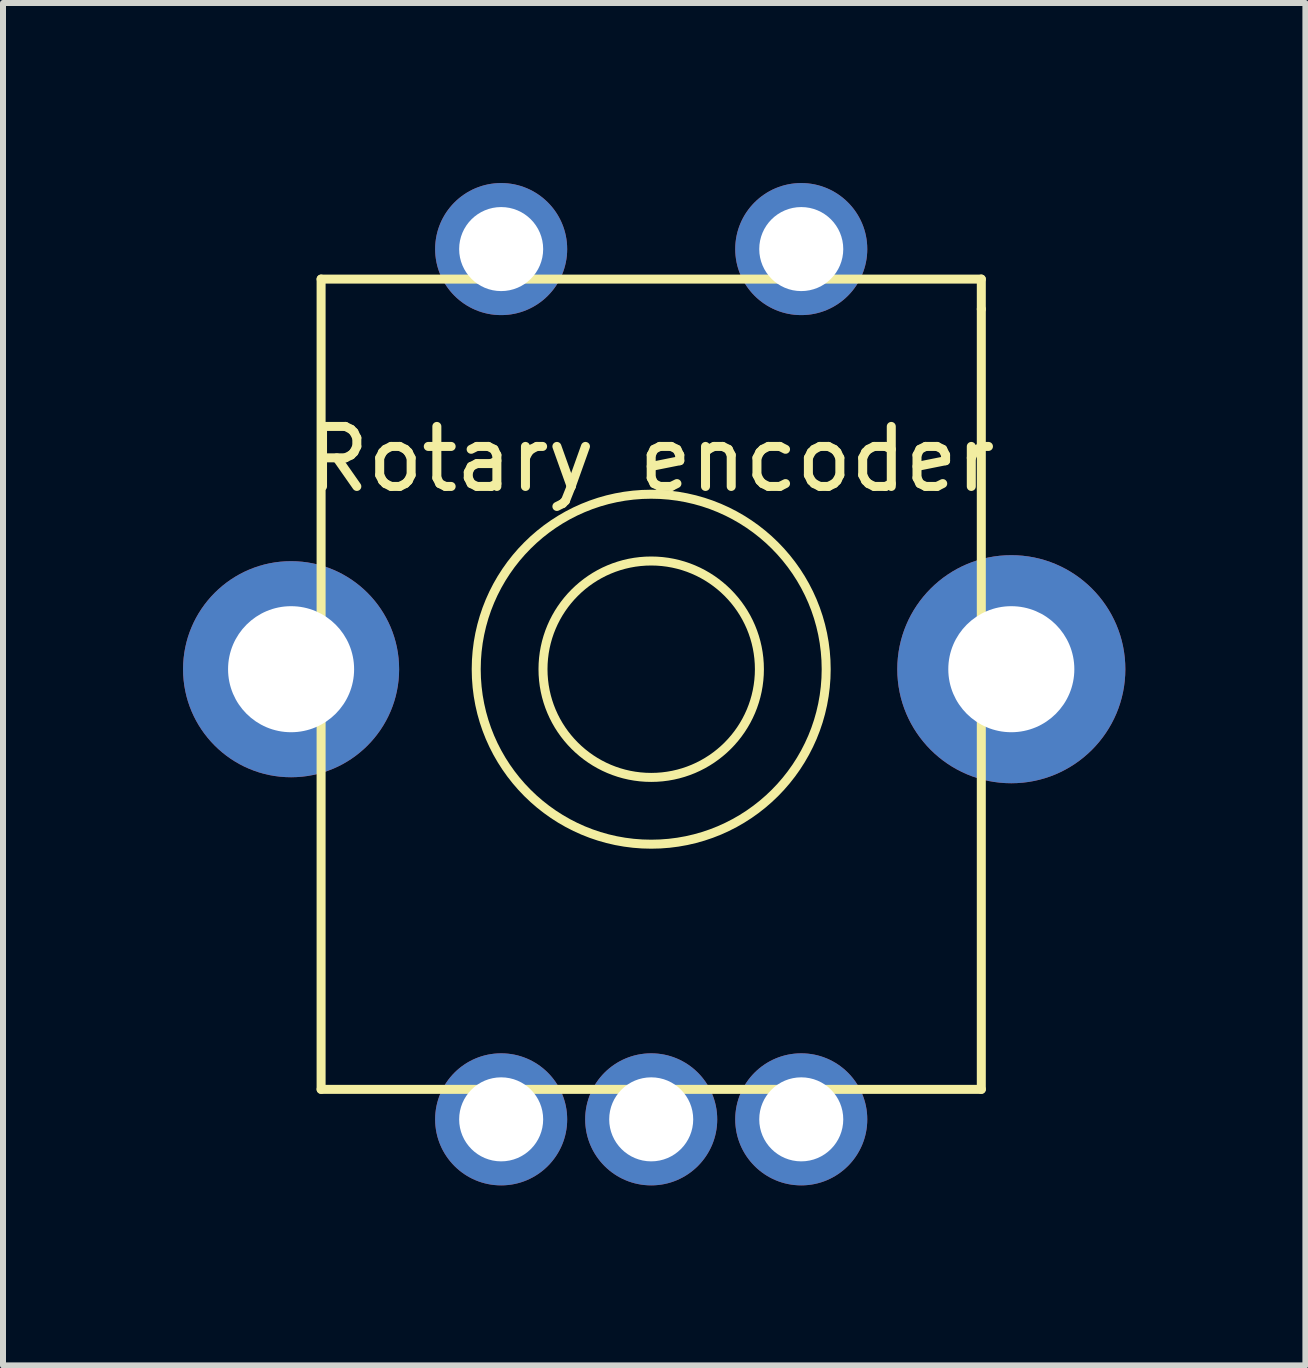
<source format=kicad_pcb>
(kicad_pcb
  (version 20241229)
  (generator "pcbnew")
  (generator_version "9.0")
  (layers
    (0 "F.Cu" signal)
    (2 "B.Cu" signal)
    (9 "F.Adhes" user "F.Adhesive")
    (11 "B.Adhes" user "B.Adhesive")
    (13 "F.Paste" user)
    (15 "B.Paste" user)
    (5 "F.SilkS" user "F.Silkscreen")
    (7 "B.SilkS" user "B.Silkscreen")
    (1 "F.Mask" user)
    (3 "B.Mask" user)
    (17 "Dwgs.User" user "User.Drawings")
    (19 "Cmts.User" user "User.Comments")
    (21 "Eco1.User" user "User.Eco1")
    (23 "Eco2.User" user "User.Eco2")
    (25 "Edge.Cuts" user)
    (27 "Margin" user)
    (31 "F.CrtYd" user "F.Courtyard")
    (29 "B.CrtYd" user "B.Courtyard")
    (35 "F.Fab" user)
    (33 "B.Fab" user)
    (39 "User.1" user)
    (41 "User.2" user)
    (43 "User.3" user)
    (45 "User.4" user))
  (footprint "Rotary encoder"
    (layer "F.Cu")
    (at 7.8 8.1)
    (property "Reference" "Rotary encoder" (at 0 -3.5 0) (layer "F.SilkS") (effects (font (size 1 1) (thickness 0.15))))
    (attr through_hole)
    (fp_line (start -5.5 -6.5) (end -5.5 7) (stroke (width 0.15) (type solid)) (layer "F.SilkS"))
    (fp_line (start -5.5 7) (end 5.5 7) (stroke (width 0.15) (type solid)) (layer "F.SilkS"))
    (fp_line (start 5.5 -6.5) (end -5.5 -6.5) (stroke (width 0.15) (type solid)) (layer "F.SilkS"))
    (fp_line (start 5.5 -6) (end 5.5 -6.5) (stroke (width 0.15) (type solid)) (layer "F.SilkS"))
    (fp_line (start 5.5 7) (end 5.5 -6) (stroke (width 0.15) (type solid)) (layer "F.SilkS"))
    (fp_circle (center 0 0) (end 1.5 -1) (stroke (width 0.15) (type solid)) (fill no) (layer "F.SilkS"))
    (fp_circle (center 0 0) (end 2.5 -1.5) (stroke (width 0.15) (type solid)) (fill no) (layer "F.SilkS"))
    (pad "" thru_hole oval (at -6 0) (size 3.6 3.6) (drill oval 2.1) (layers "*.Cu" "*.Mask"))
    (pad "" thru_hole oval (at 6 0) (size 3.8 3.8) (drill oval 2.1) (layers "*.Cu" "*.Mask"))
    (pad "1" thru_hole circle (at -2.5 7.5) (size 2.2 2.2) (drill 1.4) (layers "*.Cu" "*.Mask"))
    (pad "2" thru_hole circle (at 0 7.5) (size 2.2 2.2) (drill 1.4) (layers "*.Cu" "*.Mask"))
    (pad "3" thru_hole circle (at 2.5 7.5) (size 2.2 2.2) (drill 1.4) (layers "*.Cu" "*.Mask"))
    (pad "4" thru_hole circle (at -2.5 -7) (size 2.2 2.2) (drill 1.4) (layers "*.Cu" "*.Mask"))
    (pad "5" thru_hole circle (at 2.5 -7) (size 2.2 2.2) (drill 1.4) (layers "*.Cu" "*.Mask")))
  (gr_rect
    (start -3 -3)
    (end 18.7 19.7)
    (stroke (width 0.1) (type default))
    (fill no)
    (layer "Edge.Cuts")))
</source>
